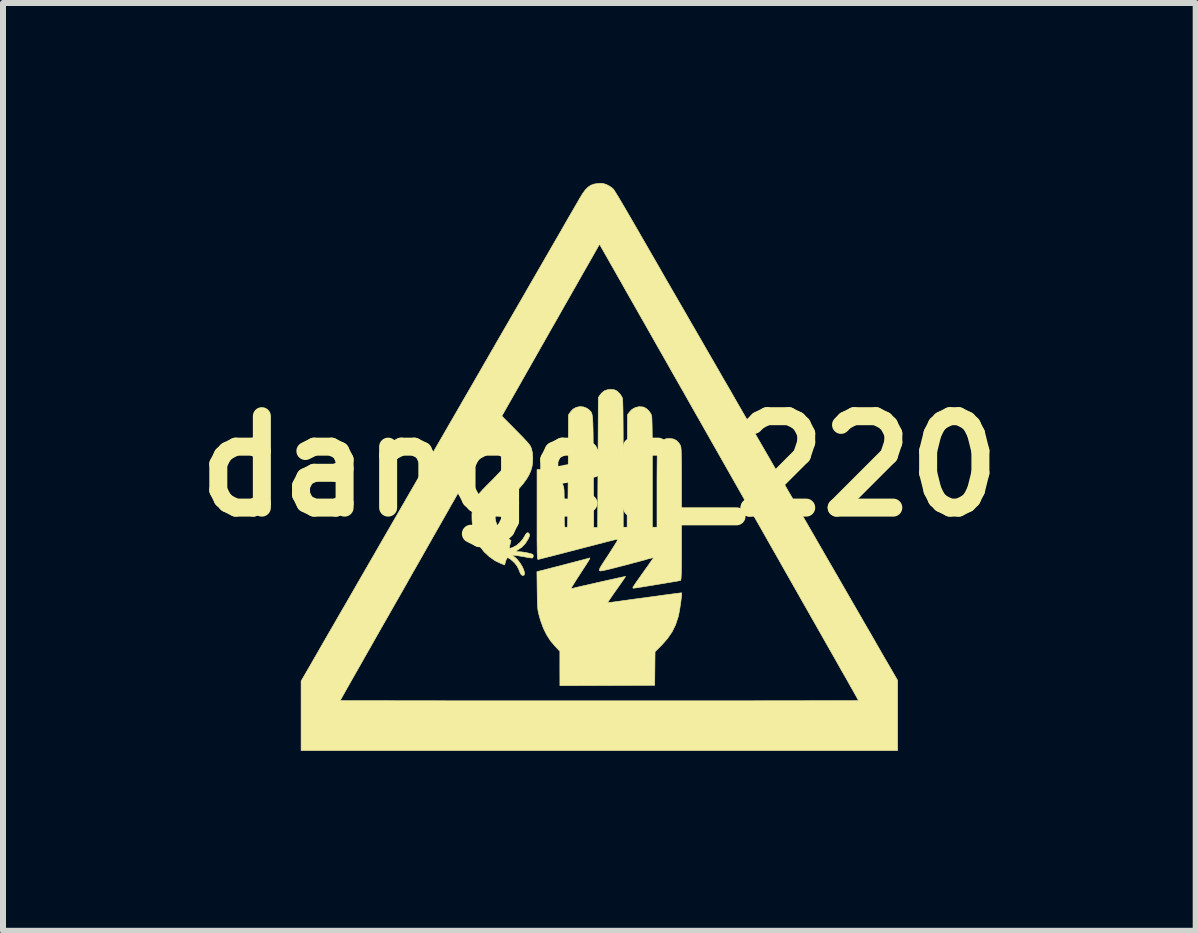
<source format=kicad_pcb>
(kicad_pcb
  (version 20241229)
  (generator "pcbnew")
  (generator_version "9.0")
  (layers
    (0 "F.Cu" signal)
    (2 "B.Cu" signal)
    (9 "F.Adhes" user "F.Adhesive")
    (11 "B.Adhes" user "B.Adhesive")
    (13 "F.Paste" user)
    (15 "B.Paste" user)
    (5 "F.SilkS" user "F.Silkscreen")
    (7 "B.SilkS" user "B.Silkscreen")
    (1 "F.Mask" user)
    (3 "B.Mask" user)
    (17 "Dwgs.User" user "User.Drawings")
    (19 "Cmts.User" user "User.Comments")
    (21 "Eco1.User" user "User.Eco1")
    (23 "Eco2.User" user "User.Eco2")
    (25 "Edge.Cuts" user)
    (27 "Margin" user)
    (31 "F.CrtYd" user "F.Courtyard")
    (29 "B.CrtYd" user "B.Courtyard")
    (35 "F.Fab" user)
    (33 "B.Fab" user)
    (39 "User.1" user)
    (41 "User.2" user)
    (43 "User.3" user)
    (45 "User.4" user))
  (footprint "danger_220"
    (layer "F.Cu")
    (at 6.938 4.72)
    (property "Reference" "danger_220" (at 0 0 0) (layer "F.SilkS") (effects (font (size 1.524 1.524) (thickness 0.3))))
    (attr through_hole)
    (fp_poly (pts (xy -0.158 1.533) (xy -0.168 1.554) (xy -0.187 1.587) (xy -0.213 1.628) (xy -0.214 1.63) (xy -0.279 1.729) (xy -0.335 1.816) (xy -0.383 1.89) (xy -0.421 1.951) (xy -0.449 1.996) (xy -0.467 2.026) (xy -0.472 2.038) (xy -0.472 2.038) (xy -0.46 2.038) (xy -0.435 2.033) (xy -0.43 2.032) (xy -0.402 2.024) (xy -0.36 2.014) (xy -0.311 2.002) (xy -0.293 1.998) (xy -0.233 1.985) (xy -0.166 1.97) (xy -0.106 1.956) (xy -0.099 1.955) (xy -0.059 1.945) (xy -0.001 1.932) (xy 0.067 1.917) (xy 0.141 1.9) (xy 0.215 1.884) (xy 0.281 1.869) (xy 0.34 1.856) (xy 0.387 1.846) (xy 0.42 1.839) (xy 0.436 1.836) (xy 0.437 1.836) (xy 0.431 1.846) (xy 0.415 1.87) (xy 0.389 1.908) (xy 0.355 1.957) (xy 0.316 2.013) (xy 0.287 2.054) (xy 0.244 2.114) (xy 0.207 2.168) (xy 0.176 2.214) (xy 0.153 2.248) (xy 0.14 2.268) (xy 0.138 2.273) (xy 0.149 2.272) (xy 0.178 2.269) (xy 0.222 2.264) (xy 0.276 2.257) (xy 0.305 2.253) (xy 0.382 2.242) (xy 0.469 2.23) (xy 0.555 2.218) (xy 0.629 2.208) (xy 0.706 2.198) (xy 0.793 2.186) (xy 0.88 2.174) (xy 0.95 2.165) (xy 1.019 2.155) (xy 1.091 2.145) (xy 1.162 2.136) (xy 1.227 2.127) (xy 1.284 2.12) (xy 1.33 2.114) (xy 1.36 2.11) (xy 1.37 2.109) (xy 1.372 2.12) (xy 1.37 2.147) (xy 1.366 2.189) (xy 1.36 2.241) (xy 1.352 2.298) (xy 1.343 2.357) (xy 1.333 2.414) (xy 1.324 2.464) (xy 1.315 2.504) (xy 1.313 2.512) (xy 1.271 2.64) (xy 1.213 2.758) (xy 1.136 2.871) (xy 1.04 2.98) (xy 1.025 2.995) (xy 0.928 3.091) (xy 0.925 3.37) (xy 0.922 3.65) (xy 0.133 3.653) (xy -0.657 3.656) (xy -0.658 3.369) (xy -0.658 3.083) (xy -0.737 3) (xy -0.814 2.909) (xy -0.879 2.808) (xy -0.934 2.695) (xy -0.981 2.566) (xy -1.002 2.491) (xy -1.011 2.457) (xy -1.018 2.427) (xy -1.023 2.397) (xy -1.027 2.364) (xy -1.03 2.324) (xy -1.032 2.275) (xy -1.034 2.212) (xy -1.035 2.133) (xy -1.036 2.069) (xy -1.04 1.757) (xy -0.992 1.745) (xy -0.938 1.732) (xy -0.867 1.713) (xy -0.781 1.691) (xy -0.683 1.666) (xy -0.668 1.662) (xy -0.541 1.629) (xy -0.434 1.601) (xy -0.347 1.578) (xy -0.277 1.56) (xy -0.225 1.546) (xy -0.188 1.536) (xy -0.166 1.53) (xy -0.158 1.527) (xy -0.158 1.533)) (stroke (width 0.01) (type solid)) (fill yes) (layer "F.SilkS"))
    (fp_poly (pts (xy 0.243 -1.276) (xy 0.275 -1.265) (xy 0.316 -1.235) (xy 0.353 -1.193) (xy 0.38 -1.147) (xy 0.386 -1.129) (xy 0.388 -1.11) (xy 0.39 -1.068) (xy 0.392 -1.004) (xy 0.394 -0.918) (xy 0.395 -0.811) (xy 0.396 -0.681) (xy 0.397 -0.529) (xy 0.397 -0.356) (xy 0.397 -0.16) (xy 0.398 -0.036) (xy 0.398 1.016) (xy 0.463 1.016) (xy 0.466 0.079) (xy 0.469 -0.857) (xy 0.496 -0.896) (xy 0.542 -0.946) (xy 0.599 -0.978) (xy 0.662 -0.993) (xy 0.727 -0.988) (xy 0.743 -0.984) (xy 0.784 -0.961) (xy 0.823 -0.925) (xy 0.855 -0.881) (xy 0.872 -0.843) (xy 0.874 -0.822) (xy 0.876 -0.78) (xy 0.878 -0.716) (xy 0.88 -0.629) (xy 0.881 -0.521) (xy 0.882 -0.391) (xy 0.883 -0.238) (xy 0.883 -0.064) (xy 0.883 0.108) (xy 0.883 1.016) (xy 0.961 1.016) (xy 0.961 0.354) (xy 0.961 0.19) (xy 0.962 0.048) (xy 0.963 -0.071) (xy 0.964 -0.169) (xy 0.966 -0.245) (xy 0.968 -0.299) (xy 0.971 -0.331) (xy 0.973 -0.339) (xy 1.004 -0.391) (xy 1.05 -0.432) (xy 1.108 -0.457) (xy 1.164 -0.464) (xy 1.231 -0.455) (xy 1.285 -0.43) (xy 1.328 -0.385) (xy 1.348 -0.351) (xy 1.352 -0.344) (xy 1.355 -0.335) (xy 1.358 -0.324) (xy 1.36 -0.308) (xy 1.362 -0.287) (xy 1.364 -0.26) (xy 1.365 -0.224) (xy 1.366 -0.18) (xy 1.367 -0.124) (xy 1.368 -0.057) (xy 1.368 0.024) (xy 1.369 0.119) (xy 1.369 0.23) (xy 1.369 0.359) (xy 1.369 0.506) (xy 1.369 0.673) (xy 1.369 0.794) (xy 1.369 0.975) (xy 1.369 1.135) (xy 1.369 1.275) (xy 1.369 1.397) (xy 1.369 1.503) (xy 1.368 1.592) (xy 1.368 1.667) (xy 1.367 1.729) (xy 1.366 1.779) (xy 1.364 1.818) (xy 1.363 1.848) (xy 1.361 1.87) (xy 1.359 1.886) (xy 1.357 1.895) (xy 1.354 1.901) (xy 1.351 1.903) (xy 1.35 1.904) (xy 1.334 1.907) (xy 1.299 1.914) (xy 1.249 1.922) (xy 1.186 1.933) (xy 1.114 1.945) (xy 1.037 1.958) (xy 0.956 1.971) (xy 0.875 1.985) (xy 0.798 1.997) (xy 0.727 2.009) (xy 0.666 2.018) (xy 0.618 2.026) (xy 0.585 2.03) (xy 0.571 2.032) (xy 0.558 2.028) (xy 0.562 2.013) (xy 0.562 2.013) (xy 0.573 1.996) (xy 0.593 1.966) (xy 0.619 1.927) (xy 0.639 1.899) (xy 0.672 1.853) (xy 0.705 1.805) (xy 0.734 1.765) (xy 0.744 1.75) (xy 0.769 1.715) (xy 0.801 1.671) (xy 0.834 1.624) (xy 0.844 1.609) (xy 0.906 1.522) (xy 0.87 1.529) (xy 0.836 1.537) (xy 0.796 1.548) (xy 0.784 1.552) (xy 0.75 1.562) (xy 0.698 1.576) (xy 0.633 1.594) (xy 0.559 1.613) (xy 0.479 1.635) (xy 0.397 1.656) (xy 0.318 1.676) (xy 0.245 1.695) (xy 0.182 1.711) (xy 0.134 1.722) (xy 0.109 1.728) (xy 0.068 1.737) (xy 0.036 1.743) (xy 0.014 1.744) (xy 0.002 1.739) (xy 0.000161 1.725) (xy 0.009 1.701) (xy 0.028 1.666) (xy 0.059 1.617) (xy 0.101 1.552) (xy 0.149 1.48) (xy 0.192 1.413) (xy 0.231 1.352) (xy 0.264 1.299) (xy 0.289 1.258) (xy 0.304 1.23) (xy 0.309 1.217) (xy 0.309 1.217) (xy 0.294 1.218) (xy 0.264 1.223) (xy 0.223 1.233) (xy 0.207 1.237) (xy 0.069 1.272) (xy -0.049 1.303) (xy -0.149 1.329) (xy -0.232 1.35) (xy -0.3 1.368) (xy -0.354 1.382) (xy -0.375 1.388) (xy -0.471 1.412) (xy -0.573 1.439) (xy -0.674 1.465) (xy -0.77 1.49) (xy -0.854 1.511) (xy -0.889 1.52) (xy -0.937 1.532) (xy -0.979 1.543) (xy -1.009 1.55) (xy -1.019 1.553) (xy -1.023 1.553) (xy -1.026 1.55) (xy -1.029 1.543) (xy -1.031 1.529) (xy -1.033 1.508) (xy -1.034 1.478) (xy -1.036 1.437) (xy -1.036 1.384) (xy -1.037 1.317) (xy -1.038 1.235) (xy -1.038 1.136) (xy -1.038 1.019) (xy -1.038 0.882) (xy -1.038 0.807) (xy -1.038 0.055) (xy -0.979 0.055) (xy -0.886 0.065) (xy -0.802 0.095) (xy -0.729 0.145) (xy -0.665 0.213) (xy -0.613 0.3) (xy -0.612 0.304) (xy -0.604 0.32) (xy -0.598 0.336) (xy -0.594 0.354) (xy -0.591 0.377) (xy -0.588 0.407) (xy -0.587 0.448) (xy -0.586 0.502) (xy -0.586 0.573) (xy -0.585 0.661) (xy -0.585 0.687) (xy -0.585 0.781) (xy -0.585 0.855) (xy -0.584 0.912) (xy -0.583 0.953) (xy -0.582 0.982) (xy -0.579 1) (xy -0.575 1.01) (xy -0.571 1.015) (xy -0.565 1.016) (xy -0.563 1.016) (xy -0.541 1.016) (xy -0.533 1.016) (xy -0.532 1.005) (xy -0.53 0.974) (xy -0.529 0.924) (xy -0.527 0.856) (xy -0.526 0.773) (xy -0.524 0.676) (xy -0.523 0.567) (xy -0.522 0.446) (xy -0.521 0.317) (xy -0.52 0.179) (xy -0.519 0.079) (xy -0.514 -0.857) (xy -0.482 -0.904) (xy -0.44 -0.951) (xy -0.386 -0.981) (xy -0.326 -0.994) (xy -0.266 -0.989) (xy -0.208 -0.967) (xy -0.173 -0.941) (xy -0.161 -0.93) (xy -0.151 -0.92) (xy -0.142 -0.91) (xy -0.134 -0.898) (xy -0.127 -0.883) (xy -0.122 -0.863) (xy -0.117 -0.836) (xy -0.113 -0.802) (xy -0.11 -0.759) (xy -0.108 -0.705) (xy -0.106 -0.64) (xy -0.104 -0.561) (xy -0.103 -0.467) (xy -0.102 -0.357) (xy -0.101 -0.229) (xy -0.1 -0.082) (xy -0.099 0.086) (xy -0.099 0.093) (xy -0.094 1.02) (xy -0.061 1.02) (xy -0.028 1.02) (xy -0.022 -0.062) (xy -0.017 -1.145) (xy 0.014 -1.191) (xy 0.042 -1.224) (xy 0.076 -1.252) (xy 0.088 -1.259) (xy 0.136 -1.275) (xy 0.19 -1.281) (xy 0.243 -1.276)) (stroke (width 0.01) (type solid)) (fill yes) (layer "F.SilkS"))
    (fp_poly (pts (xy 0.066 -4.711) (xy 0.101 -4.7) (xy 0.131 -4.688) (xy 0.172 -4.666) (xy 0.209 -4.641) (xy 0.23 -4.622) (xy 0.239 -4.611) (xy 0.252 -4.592) (xy 0.268 -4.566) (xy 0.29 -4.531) (xy 0.318 -4.486) (xy 0.351 -4.43) (xy 0.391 -4.362) (xy 0.439 -4.281) (xy 0.494 -4.186) (xy 0.558 -4.076) (xy 0.631 -3.95) (xy 0.713 -3.807) (xy 0.806 -3.646) (xy 0.826 -3.611) (xy 0.888 -3.504) (xy 0.957 -3.384) (xy 1.03 -3.257) (xy 1.103 -3.129) (xy 1.175 -3.005) (xy 1.241 -2.891) (xy 1.281 -2.822) (xy 1.358 -2.688) (xy 1.441 -2.545) (xy 1.527 -2.395) (xy 1.616 -2.242) (xy 1.706 -2.086) (xy 1.795 -1.931) (xy 1.883 -1.779) (xy 1.968 -1.632) (xy 2.048 -1.492) (xy 2.123 -1.363) (xy 2.191 -1.246) (xy 2.249 -1.144) (xy 2.291 -1.071) (xy 2.388 -0.903) (xy 2.484 -0.737) (xy 2.577 -0.576) (xy 2.666 -0.422) (xy 2.749 -0.278) (xy 2.826 -0.145) (xy 2.894 -0.027) (xy 2.948 0.066) (xy 2.985 0.13) (xy 3.031 0.209) (xy 3.085 0.302) (xy 3.144 0.406) (xy 3.209 0.517) (xy 3.275 0.633) (xy 3.343 0.75) (xy 3.41 0.866) (xy 3.446 0.928) (xy 3.513 1.045) (xy 3.584 1.167) (xy 3.655 1.291) (xy 3.726 1.414) (xy 3.794 1.532) (xy 3.858 1.642) (xy 3.915 1.741) (xy 3.964 1.825) (xy 3.981 1.855) (xy 4.038 1.954) (xy 4.103 2.066) (xy 4.172 2.186) (xy 4.242 2.307) (xy 4.31 2.425) (xy 4.372 2.532) (xy 4.392 2.568) (xy 4.45 2.668) (xy 4.514 2.778) (xy 4.58 2.893) (xy 4.646 3.008) (xy 4.708 3.116) (xy 4.764 3.213) (xy 4.786 3.25) (xy 4.97 3.568) (xy 4.97 4.738) (xy -4.97 4.738) (xy -4.97 3.905) (xy -4.318 3.905) (xy -4.307 3.905) (xy -4.275 3.905) (xy -4.222 3.906) (xy -4.149 3.906) (xy -4.057 3.906) (xy -3.947 3.907) (xy -3.82 3.907) (xy -3.675 3.907) (xy -3.514 3.907) (xy -3.338 3.908) (xy -3.148 3.908) (xy -2.943 3.908) (xy -2.725 3.908) (xy -2.495 3.909) (xy -2.254 3.909) (xy -2.001 3.909) (xy -1.739 3.909) (xy -1.467 3.909) (xy -1.186 3.909) (xy -0.898 3.909) (xy -0.602 3.909) (xy -0.3 3.909) (xy 0 3.909) (xy 0.308 3.909) (xy 0.609 3.909) (xy 0.905 3.909) (xy 1.193 3.909) (xy 1.474 3.909) (xy 1.745 3.909) (xy 2.008 3.909) (xy 2.26 3.909) (xy 2.501 3.909) (xy 2.731 3.908) (xy 2.948 3.908) (xy 3.153 3.908) (xy 3.343 3.908) (xy 3.519 3.907) (xy 3.679 3.907) (xy 3.823 3.907) (xy 3.95 3.907) (xy 4.06 3.906) (xy 4.151 3.906) (xy 4.224 3.906) (xy 4.276 3.905) (xy 4.308 3.905) (xy 4.318 3.905) (xy 4.316 3.9) (xy 4.31 3.888) (xy 4.298 3.867) (xy 4.282 3.837) (xy 4.259 3.797) (xy 4.231 3.746) (xy 4.195 3.683) (xy 4.153 3.608) (xy 4.103 3.519) (xy 4.044 3.417) (xy 3.977 3.299) (xy 3.902 3.165) (xy 3.816 3.015) (xy 3.721 2.847) (xy 3.615 2.661) (xy 3.607 2.646) (xy 3.535 2.52) (xy 3.454 2.377) (xy 3.365 2.221) (xy 3.271 2.055) (xy 3.172 1.881) (xy 3.071 1.703) (xy 2.97 1.524) (xy 2.869 1.347) (xy 2.771 1.174) (xy 2.677 1.008) (xy 2.612 0.895) (xy 2.519 0.73) (xy 2.417 0.551) (xy 2.308 0.359) (xy 2.194 0.159) (xy 2.078 -0.046) (xy 1.961 -0.252) (xy 1.845 -0.456) (xy 1.733 -0.654) (xy 1.626 -0.842) (xy 1.527 -1.016) (xy 1.48 -1.099) (xy 1.395 -1.25) (xy 1.307 -1.404) (xy 1.218 -1.56) (xy 1.13 -1.716) (xy 1.043 -1.869) (xy 0.959 -2.016) (xy 0.88 -2.156) (xy 0.806 -2.286) (xy 0.739 -2.405) (xy 0.679 -2.509) (xy 0.63 -2.597) (xy 0.621 -2.612) (xy 0.559 -2.721) (xy 0.494 -2.835) (xy 0.429 -2.949) (xy 0.366 -3.062) (xy 0.305 -3.168) (xy 0.251 -3.264) (xy 0.203 -3.348) (xy 0.168 -3.41) (xy 0.003 -3.7) (xy -0.168 -3.399) (xy -0.209 -3.327) (xy -0.259 -3.24) (xy -0.315 -3.141) (xy -0.377 -3.032) (xy -0.442 -2.918) (xy -0.508 -2.802) (xy -0.574 -2.687) (xy -0.635 -2.579) (xy -0.695 -2.473) (xy -0.756 -2.366) (xy -0.816 -2.262) (xy -0.872 -2.162) (xy -0.924 -2.07) (xy -0.971 -1.989) (xy -1.009 -1.92) (xy -1.039 -1.868) (xy -1.043 -1.861) (xy -1.074 -1.806) (xy -1.114 -1.736) (xy -1.161 -1.653) (xy -1.213 -1.562) (xy -1.268 -1.465) (xy -1.324 -1.366) (xy -1.38 -1.268) (xy -1.39 -1.25) (xy -1.625 -0.837) (xy -1.389 -0.598) (xy -1.322 -0.53) (xy -1.268 -0.475) (xy -1.227 -0.431) (xy -1.196 -0.397) (xy -1.173 -0.37) (xy -1.157 -0.348) (xy -1.146 -0.329) (xy -1.138 -0.31) (xy -1.131 -0.293) (xy -1.116 -0.227) (xy -1.11 -0.147) (xy -1.11 -0.127) (xy -1.113 -0.054) (xy -1.124 0.015) (xy -1.145 0.082) (xy -1.175 0.149) (xy -1.217 0.219) (xy -1.272 0.294) (xy -1.342 0.375) (xy -1.427 0.466) (xy -1.497 0.537) (xy -1.553 0.592) (xy -1.604 0.644) (xy -1.648 0.691) (xy -1.684 0.728) (xy -1.708 0.754) (xy -1.717 0.766) (xy -1.735 0.812) (xy -1.736 0.868) (xy -1.723 0.93) (xy -1.697 0.996) (xy -1.66 1.061) (xy -1.613 1.123) (xy -1.557 1.178) (xy -1.514 1.21) (xy -1.472 1.237) (xy -1.488 1.299) (xy -1.496 1.333) (xy -1.499 1.358) (xy -1.498 1.366) (xy -1.485 1.366) (xy -1.459 1.359) (xy -1.441 1.352) (xy -1.383 1.321) (xy -1.325 1.273) (xy -1.276 1.216) (xy -1.247 1.168) (xy -1.223 1.128) (xy -1.203 1.109) (xy -1.184 1.109) (xy -1.167 1.129) (xy -1.162 1.145) (xy -1.167 1.169) (xy -1.183 1.205) (xy -1.184 1.208) (xy -1.233 1.287) (xy -1.293 1.349) (xy -1.338 1.379) (xy -1.37 1.4) (xy -1.382 1.414) (xy -1.373 1.422) (xy -1.343 1.425) (xy -1.334 1.425) (xy -1.301 1.427) (xy -1.258 1.433) (xy -1.211 1.441) (xy -1.167 1.451) (xy -1.131 1.461) (xy -1.11 1.469) (xy -1.108 1.47) (xy -1.101 1.488) (xy -1.104 1.512) (xy -1.115 1.529) (xy -1.115 1.529) (xy -1.128 1.529) (xy -1.158 1.525) (xy -1.2 1.519) (xy -1.227 1.513) (xy -1.282 1.503) (xy -1.338 1.494) (xy -1.385 1.487) (xy -1.397 1.486) (xy -1.463 1.479) (xy -1.43 1.5) (xy -1.392 1.529) (xy -1.355 1.569) (xy -1.32 1.615) (xy -1.29 1.664) (xy -1.267 1.711) (xy -1.252 1.754) (xy -1.247 1.789) (xy -1.254 1.813) (xy -1.259 1.817) (xy -1.282 1.82) (xy -1.305 1.803) (xy -1.324 1.767) (xy -1.329 1.753) (xy -1.347 1.709) (xy -1.372 1.663) (xy -1.386 1.643) (xy -1.415 1.608) (xy -1.45 1.575) (xy -1.484 1.547) (xy -1.514 1.529) (xy -1.53 1.524) (xy -1.541 1.534) (xy -1.553 1.559) (xy -1.562 1.584) (xy -1.579 1.644) (xy -1.635 1.623) (xy -1.736 1.575) (xy -1.832 1.508) (xy -1.92 1.426) (xy -1.996 1.33) (xy -2.054 1.231) (xy -2.079 1.165) (xy -2.1 1.083) (xy -2.114 0.991) (xy -2.122 0.895) (xy -2.123 0.803) (xy -2.117 0.718) (xy -2.11 0.679) (xy -2.098 0.629) (xy -2.082 0.583) (xy -2.06 0.539) (xy -2.031 0.494) (xy -1.992 0.444) (xy -1.942 0.388) (xy -1.879 0.323) (xy -1.821 0.265) (xy -1.765 0.209) (xy -1.713 0.155) (xy -1.666 0.106) (xy -1.629 0.065) (xy -1.603 0.035) (xy -1.593 0.022) (xy -1.574 -0.011) (xy -1.554 -0.05) (xy -1.537 -0.088) (xy -1.526 -0.117) (xy -1.524 -0.129) (xy -1.532 -0.14) (xy -1.552 -0.163) (xy -1.583 -0.195) (xy -1.62 -0.234) (xy -1.662 -0.276) (xy -1.706 -0.319) (xy -1.747 -0.36) (xy -1.784 -0.395) (xy -1.814 -0.422) (xy -1.833 -0.438) (xy -1.838 -0.442) (xy -1.847 -0.432) (xy -1.864 -0.407) (xy -1.889 -0.366) (xy -1.921 -0.315) (xy -1.956 -0.254) (xy -1.986 -0.201) (xy -2.016 -0.15) (xy -2.054 -0.082) (xy -2.101 0.000181) (xy -2.155 0.095) (xy -2.215 0.2) (xy -2.279 0.312) (xy -2.346 0.43) (xy -2.414 0.551) (xy -2.484 0.673) (xy -2.515 0.729) (xy -2.585 0.851) (xy -2.663 0.989) (xy -2.749 1.139) (xy -2.84 1.3) (xy -2.934 1.466) (xy -3.031 1.636) (xy -3.128 1.806) (xy -3.222 1.973) (xy -3.313 2.133) (xy -3.399 2.283) (xy -3.407 2.297) (xy -3.525 2.505) (xy -3.634 2.695) (xy -3.732 2.868) (xy -3.82 3.024) (xy -3.9 3.163) (xy -3.97 3.288) (xy -4.033 3.398) (xy -4.088 3.495) (xy -4.136 3.579) (xy -4.177 3.652) (xy -4.212 3.713) (xy -4.24 3.764) (xy -4.264 3.806) (xy -4.283 3.839) (xy -4.297 3.865) (xy -4.307 3.883) (xy -4.313 3.895) (xy -4.317 3.902) (xy -4.318 3.905) (xy -4.97 3.905) (xy -4.97 3.58) (xy -4.805 3.295) (xy -4.768 3.23) (xy -4.721 3.149) (xy -4.667 3.055) (xy -4.607 2.95) (xy -4.543 2.839) (xy -4.476 2.723) (xy -4.408 2.606) (xy -4.342 2.491) (xy -4.313 2.441) (xy -4.245 2.324) (xy -4.174 2.201) (xy -4.102 2.076) (xy -4.031 1.952) (xy -3.962 1.833) (xy -3.898 1.722) (xy -3.84 1.621) (xy -3.791 1.536) (xy -3.777 1.513) (xy -3.721 1.415) (xy -3.657 1.304) (xy -3.588 1.184) (xy -3.517 1.061) (xy -3.447 0.94) (xy -3.382 0.828) (xy -3.344 0.762) (xy -3.294 0.675) (xy -3.235 0.573) (xy -3.169 0.459) (xy -3.098 0.336) (xy -3.024 0.208) (xy -2.95 0.079) (xy -2.876 -0.049) (xy -2.806 -0.17) (xy -2.783 -0.21) (xy -2.718 -0.323) (xy -2.652 -0.437) (xy -2.586 -0.551) (xy -2.523 -0.66) (xy -2.464 -0.763) (xy -2.409 -0.857) (xy -2.362 -0.939) (xy -2.323 -1.006) (xy -2.305 -1.038) (xy -2.267 -1.104) (xy -2.22 -1.185) (xy -2.166 -1.278) (xy -2.108 -1.378) (xy -2.048 -1.483) (xy -1.987 -1.588) (xy -1.929 -1.69) (xy -1.916 -1.712) (xy -1.862 -1.805) (xy -1.81 -1.896) (xy -1.759 -1.983) (xy -1.714 -2.063) (xy -1.673 -2.133) (xy -1.64 -2.19) (xy -1.616 -2.232) (xy -1.607 -2.247) (xy -1.588 -2.281) (xy -1.559 -2.33) (xy -1.522 -2.394) (xy -1.479 -2.469) (xy -1.431 -2.552) (xy -1.379 -2.642) (xy -1.325 -2.735) (xy -1.294 -2.788) (xy -1.176 -2.994) (xy -1.068 -3.181) (xy -0.97 -3.35) (xy -0.882 -3.503) (xy -0.803 -3.64) (xy -0.733 -3.761) (xy -0.671 -3.868) (xy -0.617 -3.962) (xy -0.571 -4.043) (xy -0.531 -4.112) (xy -0.498 -4.169) (xy -0.471 -4.216) (xy -0.449 -4.254) (xy -0.432 -4.283) (xy -0.42 -4.304) (xy -0.412 -4.317) (xy -0.409 -4.324) (xy -0.395 -4.347) (xy -0.374 -4.383) (xy -0.348 -4.428) (xy -0.326 -4.467) (xy -0.277 -4.547) (xy -0.231 -4.609) (xy -0.186 -4.653) (xy -0.139 -4.684) (xy -0.086 -4.703) (xy -0.025 -4.712) (xy -0.015 -4.713) (xy 0.031 -4.715) (xy 0.066 -4.711)) (stroke (width 0.01) (type solid)) (fill yes) (layer "F.SilkS")))
  (gr_rect
    (start -3 -3)
    (end 16.876 12.462)
    (stroke (width 0.1) (type default))
    (fill no)
    (layer "Edge.Cuts")))
</source>
